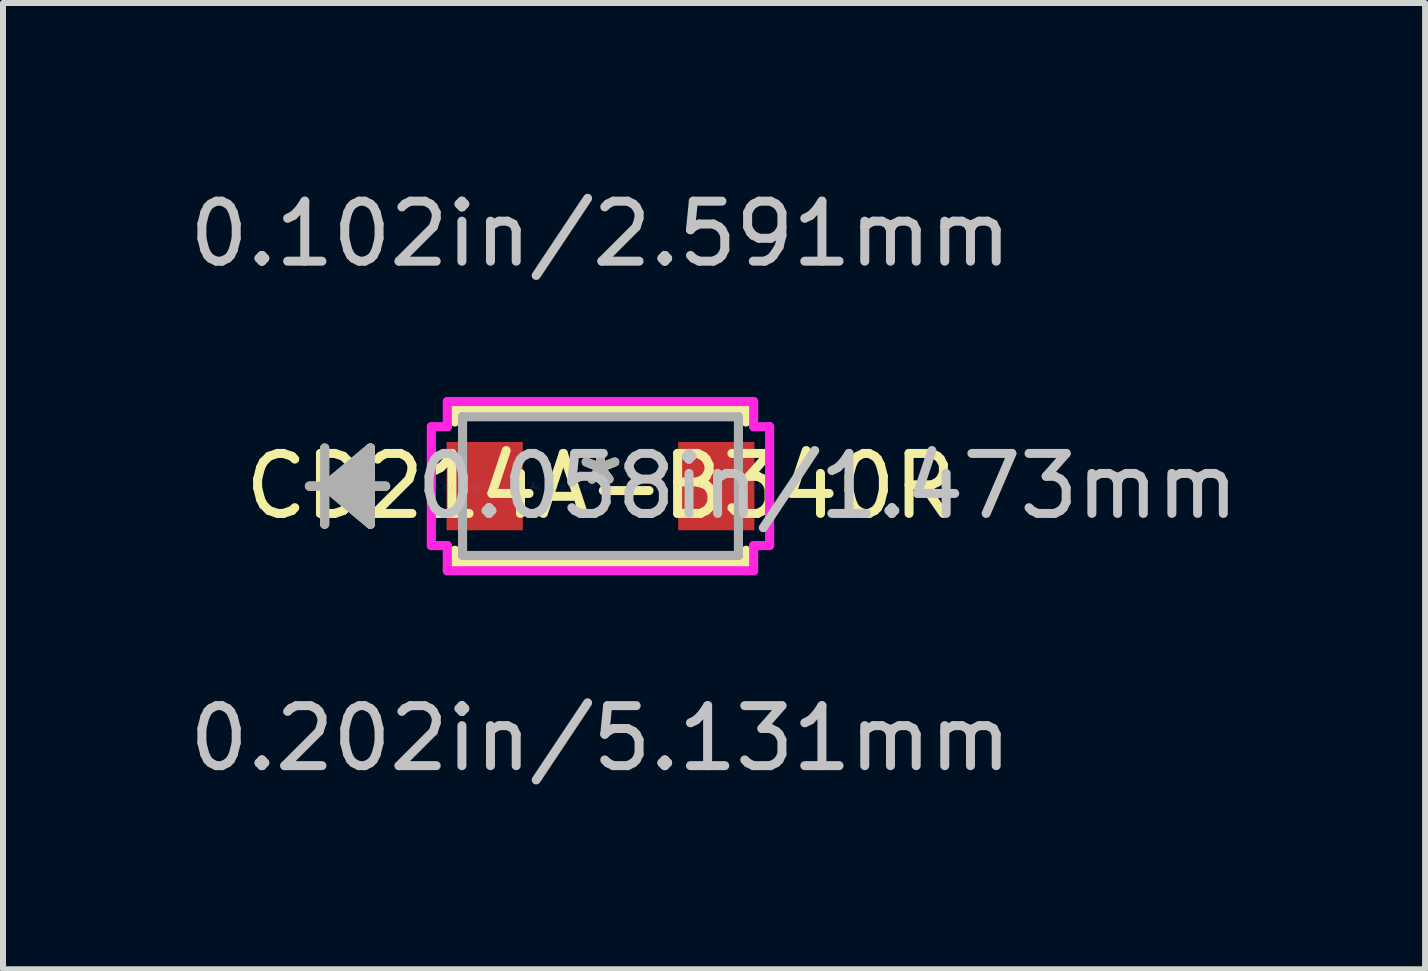
<source format=kicad_pcb>
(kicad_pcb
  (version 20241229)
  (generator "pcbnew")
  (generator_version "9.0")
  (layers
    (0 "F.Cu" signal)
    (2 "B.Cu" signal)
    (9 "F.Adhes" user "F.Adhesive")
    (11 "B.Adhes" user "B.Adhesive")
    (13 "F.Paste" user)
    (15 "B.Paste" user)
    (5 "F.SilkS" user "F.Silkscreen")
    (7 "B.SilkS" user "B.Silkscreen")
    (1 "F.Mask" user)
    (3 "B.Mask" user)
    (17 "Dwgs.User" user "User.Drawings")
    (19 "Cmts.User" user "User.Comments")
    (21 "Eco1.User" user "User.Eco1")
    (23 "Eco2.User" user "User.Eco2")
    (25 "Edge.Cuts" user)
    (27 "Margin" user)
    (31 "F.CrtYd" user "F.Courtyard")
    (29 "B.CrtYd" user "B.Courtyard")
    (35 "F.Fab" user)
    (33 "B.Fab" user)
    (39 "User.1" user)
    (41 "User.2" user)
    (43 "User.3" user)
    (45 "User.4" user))
  (footprint "CD214A-B340R"
    (layer "F.Cu")
    (at 6.958 5.052)
    (property "Reference" "CD214A-B340R" (at 0 0 0) (layer "F.SilkS") (effects (font (size 1 1) (thickness 0.15))))
    (attr through_hole)
    (fp_line (start -4.597 -0.635) (end -4.597 0.635) (stroke (width 0.152) (type solid)) (layer "F.SilkS"))
    (fp_line (start -4.597 0) (end -3.835 -0.635) (stroke (width 0.152) (type solid)) (layer "F.SilkS"))
    (fp_line (start -4.597 0) (end -3.835 -0.508) (stroke (width 0.152) (type solid)) (layer "F.SilkS"))
    (fp_line (start -4.597 0) (end -3.835 -0.381) (stroke (width 0.152) (type solid)) (layer "F.SilkS"))
    (fp_line (start -4.597 0) (end -3.835 -0.254) (stroke (width 0.152) (type solid)) (layer "F.SilkS"))
    (fp_line (start -4.597 0) (end -3.835 -0.127) (stroke (width 0.152) (type solid)) (layer "F.SilkS"))
    (fp_line (start -4.597 0) (end -3.835 0.127) (stroke (width 0.152) (type solid)) (layer "F.SilkS"))
    (fp_line (start -4.597 0) (end -3.835 0.254) (stroke (width 0.152) (type solid)) (layer "F.SilkS"))
    (fp_line (start -4.597 0) (end -3.835 0.381) (stroke (width 0.152) (type solid)) (layer "F.SilkS"))
    (fp_line (start -4.597 0) (end -3.835 0.508) (stroke (width 0.152) (type solid)) (layer "F.SilkS"))
    (fp_line (start -4.597 0) (end -3.835 0.635) (stroke (width 0.152) (type solid)) (layer "F.SilkS"))
    (fp_line (start -3.835 -0.635) (end -3.835 0.635) (stroke (width 0.152) (type solid)) (layer "F.SilkS"))
    (fp_line (start -3.581 0) (end -4.851 0) (stroke (width 0.152) (type solid)) (layer "F.SilkS"))
    (fp_line (start -2.426 -1.283) (end -2.426 -1.069) (stroke (width 0.152) (type solid)) (layer "F.SilkS"))
    (fp_line (start -2.426 1.069) (end -2.426 1.283) (stroke (width 0.152) (type solid)) (layer "F.SilkS"))
    (fp_line (start -2.426 1.283) (end 2.426 1.283) (stroke (width 0.152) (type solid)) (layer "F.SilkS"))
    (fp_line (start 2.426 -1.283) (end -2.426 -1.283) (stroke (width 0.152) (type solid)) (layer "F.SilkS"))
    (fp_line (start 2.426 -1.069) (end 2.426 -1.283) (stroke (width 0.152) (type solid)) (layer "F.SilkS"))
    (fp_line (start 2.426 1.283) (end 2.426 1.069) (stroke (width 0.152) (type solid)) (layer "F.SilkS"))
    (fp_line (start -2.819 -0.991) (end -2.553 -0.991) (stroke (width 0.152) (type solid)) (layer "F.CrtYd"))
    (fp_line (start -2.819 0.991) (end -2.819 -0.991) (stroke (width 0.152) (type solid)) (layer "F.CrtYd"))
    (fp_line (start -2.553 -1.41) (end 2.553 -1.41) (stroke (width 0.152) (type solid)) (layer "F.CrtYd"))
    (fp_line (start -2.553 -0.991) (end -2.553 -1.41) (stroke (width 0.152) (type solid)) (layer "F.CrtYd"))
    (fp_line (start -2.553 0.991) (end -2.819 0.991) (stroke (width 0.152) (type solid)) (layer "F.CrtYd"))
    (fp_line (start -2.553 1.41) (end -2.553 0.991) (stroke (width 0.152) (type solid)) (layer "F.CrtYd"))
    (fp_line (start 2.553 -1.41) (end 2.553 -0.991) (stroke (width 0.152) (type solid)) (layer "F.CrtYd"))
    (fp_line (start 2.553 -0.991) (end 2.819 -0.991) (stroke (width 0.152) (type solid)) (layer "F.CrtYd"))
    (fp_line (start 2.553 0.991) (end 2.553 1.41) (stroke (width 0.152) (type solid)) (layer "F.CrtYd"))
    (fp_line (start 2.553 1.41) (end -2.553 1.41) (stroke (width 0.152) (type solid)) (layer "F.CrtYd"))
    (fp_line (start 2.819 -0.991) (end 2.819 0.991) (stroke (width 0.152) (type solid)) (layer "F.CrtYd"))
    (fp_line (start 2.819 0.991) (end 2.553 0.991) (stroke (width 0.152) (type solid)) (layer "F.CrtYd"))
    (fp_line (start -4.597 -0.635) (end -4.597 0.635) (stroke (width 0.152) (type solid)) (layer "F.Fab"))
    (fp_line (start -4.597 0) (end -3.835 -0.635) (stroke (width 0.152) (type solid)) (layer "F.Fab"))
    (fp_line (start -4.597 0) (end -3.835 -0.508) (stroke (width 0.152) (type solid)) (layer "F.Fab"))
    (fp_line (start -4.597 0) (end -3.835 -0.381) (stroke (width 0.152) (type solid)) (layer "F.Fab"))
    (fp_line (start -4.597 0) (end -3.835 -0.254) (stroke (width 0.152) (type solid)) (layer "F.Fab"))
    (fp_line (start -4.597 0) (end -3.835 -0.127) (stroke (width 0.152) (type solid)) (layer "F.Fab"))
    (fp_line (start -4.597 0) (end -3.835 0.127) (stroke (width 0.152) (type solid)) (layer "F.Fab"))
    (fp_line (start -4.597 0) (end -3.835 0.254) (stroke (width 0.152) (type solid)) (layer "F.Fab"))
    (fp_line (start -4.597 0) (end -3.835 0.381) (stroke (width 0.152) (type solid)) (layer "F.Fab"))
    (fp_line (start -4.597 0) (end -3.835 0.508) (stroke (width 0.152) (type solid)) (layer "F.Fab"))
    (fp_line (start -4.597 0) (end -3.835 0.635) (stroke (width 0.152) (type solid)) (layer "F.Fab"))
    (fp_line (start -3.835 -0.635) (end -3.835 0.635) (stroke (width 0.152) (type solid)) (layer "F.Fab"))
    (fp_line (start -3.581 0) (end -4.851 0) (stroke (width 0.152) (type solid)) (layer "F.Fab"))
    (fp_line (start -2.299 -1.156) (end -2.299 1.156) (stroke (width 0.152) (type solid)) (layer "F.Fab"))
    (fp_line (start -2.299 1.156) (end 2.299 1.156) (stroke (width 0.152) (type solid)) (layer "F.Fab"))
    (fp_line (start 2.299 -1.156) (end -2.299 -1.156) (stroke (width 0.152) (type solid)) (layer "F.Fab"))
    (fp_line (start 2.299 1.156) (end 2.299 -1.156) (stroke (width 0.152) (type solid)) (layer "F.Fab"))
    (fp_text user "*" (at 0 0 0) (layer "F.SilkS") (effects (font (size 1 1) (thickness 0.15))))
    (fp_text user "0.202in/5.131mm" (at 0 4.204 0) (layer "Dwgs.User") (effects (font (size 1 1) (thickness 0.15))))
    (fp_text user "0.102in/2.591mm" (at 0 -4.204 0) (layer "Dwgs.User") (effects (font (size 1 1) (thickness 0.15))))
    (fp_text user "0.058in/1.473mm" (at 3.785 0 0) (layer "Dwgs.User") (effects (font (size 1 1) (thickness 0.15))))
    (fp_text user "Copyright 2016 Accelerated Designs. All rights reserved." (at 0 0 0) (layer "Cmts.User") (effects (font (size 0.127 0.127) (thickness 0.002))))
    (fp_text user "*" (at 0 0 0) (layer "F.Fab") (effects (font (size 1 1) (thickness 0.15))))
    (pad "1" smd rect (at -1.93 0) (size 1.27 1.473) (layers "F.Cu" "F.Mask" "F.Paste"))
    (pad "2" smd rect (at 1.93 0) (size 1.27 1.473) (layers "F.Cu" "F.Mask" "F.Paste")))
  (gr_rect
    (start -3 -3)
    (end 20.701 13.104)
    (stroke (width 0.1) (type default))
    (fill no)
    (layer "Edge.Cuts")))
</source>
